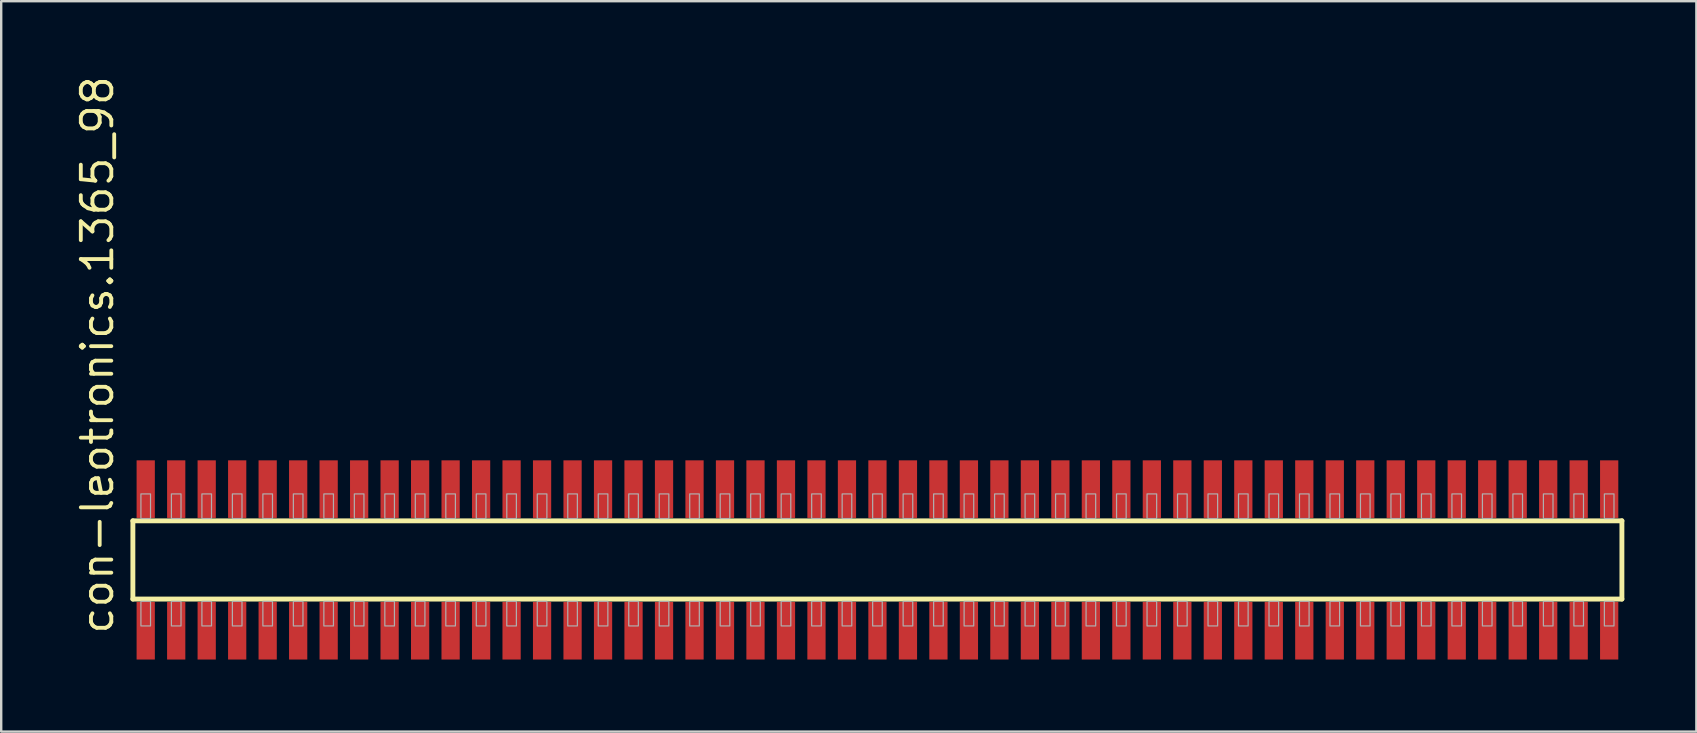
<source format=kicad_pcb>
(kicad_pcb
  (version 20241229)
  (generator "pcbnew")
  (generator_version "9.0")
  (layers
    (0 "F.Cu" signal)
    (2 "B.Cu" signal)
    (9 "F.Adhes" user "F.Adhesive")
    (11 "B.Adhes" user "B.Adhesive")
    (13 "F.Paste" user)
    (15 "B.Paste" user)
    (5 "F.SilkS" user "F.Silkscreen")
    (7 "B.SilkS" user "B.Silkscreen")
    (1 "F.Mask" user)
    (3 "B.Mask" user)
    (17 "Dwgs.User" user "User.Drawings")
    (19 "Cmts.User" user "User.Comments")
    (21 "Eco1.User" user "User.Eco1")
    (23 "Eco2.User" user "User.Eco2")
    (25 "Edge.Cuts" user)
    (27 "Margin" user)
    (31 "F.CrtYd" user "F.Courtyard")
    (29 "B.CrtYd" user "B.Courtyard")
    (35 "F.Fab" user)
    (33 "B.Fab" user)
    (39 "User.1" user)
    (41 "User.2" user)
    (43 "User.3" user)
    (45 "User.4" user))
  (footprint "con-leotronics.1365_98"
    (layer "F.Cu")
    (at 33.5 20.274)
    (property "Reference" "con-leotronics.1365_98" (at -31.75 3.175 90) (layer "F.SilkS") (effects (font (size 1.27 1.27) (thickness 0.16)) (justify left bottom)))
    (attr smd)
    (fp_line (start -31.015 -1.63) (end 31.01 -1.63) (stroke (width 0.203) (type default)) (layer "F.SilkS"))
    (fp_line (start -31.015 1.63) (end -31.015 -1.63) (stroke (width 0.203) (type default)) (layer "F.SilkS"))
    (fp_line (start 31.01 -1.63) (end 31.01 1.63) (stroke (width 0.203) (type default)) (layer "F.SilkS"))
    (fp_line (start 31.01 1.63) (end -31.015 1.63) (stroke (width 0.203) (type default)) (layer "F.SilkS"))
    (fp_rect (start -30.68 -1.725) (end -30.28 -2.75) (stroke (width 0.05) (type default)) (fill no) (layer "F.Fab"))
    (fp_rect (start -30.68 2.75) (end -30.28 1.725) (stroke (width 0.05) (type default)) (fill no) (layer "F.Fab"))
    (fp_rect (start -29.41 -1.725) (end -29.01 -2.75) (stroke (width 0.05) (type default)) (fill no) (layer "F.Fab"))
    (fp_rect (start -29.41 2.75) (end -29.01 1.725) (stroke (width 0.05) (type default)) (fill no) (layer "F.Fab"))
    (fp_rect (start -28.14 -1.725) (end -27.74 -2.75) (stroke (width 0.05) (type default)) (fill no) (layer "F.Fab"))
    (fp_rect (start -28.14 2.75) (end -27.74 1.725) (stroke (width 0.05) (type default)) (fill no) (layer "F.Fab"))
    (fp_rect (start -26.87 -1.725) (end -26.47 -2.75) (stroke (width 0.05) (type default)) (fill no) (layer "F.Fab"))
    (fp_rect (start -26.87 2.75) (end -26.47 1.725) (stroke (width 0.05) (type default)) (fill no) (layer "F.Fab"))
    (fp_rect (start -25.6 -1.725) (end -25.2 -2.75) (stroke (width 0.05) (type default)) (fill no) (layer "F.Fab"))
    (fp_rect (start -25.6 2.75) (end -25.2 1.725) (stroke (width 0.05) (type default)) (fill no) (layer "F.Fab"))
    (fp_rect (start -24.33 -1.725) (end -23.93 -2.75) (stroke (width 0.05) (type default)) (fill no) (layer "F.Fab"))
    (fp_rect (start -24.33 2.75) (end -23.93 1.725) (stroke (width 0.05) (type default)) (fill no) (layer "F.Fab"))
    (fp_rect (start -23.06 -1.725) (end -22.66 -2.75) (stroke (width 0.05) (type default)) (fill no) (layer "F.Fab"))
    (fp_rect (start -23.06 2.75) (end -22.66 1.725) (stroke (width 0.05) (type default)) (fill no) (layer "F.Fab"))
    (fp_rect (start -21.79 -1.725) (end -21.39 -2.75) (stroke (width 0.05) (type default)) (fill no) (layer "F.Fab"))
    (fp_rect (start -21.79 2.75) (end -21.39 1.725) (stroke (width 0.05) (type default)) (fill no) (layer "F.Fab"))
    (fp_rect (start -20.52 -1.725) (end -20.12 -2.75) (stroke (width 0.05) (type default)) (fill no) (layer "F.Fab"))
    (fp_rect (start -20.52 2.75) (end -20.12 1.725) (stroke (width 0.05) (type default)) (fill no) (layer "F.Fab"))
    (fp_rect (start -19.25 -1.725) (end -18.85 -2.75) (stroke (width 0.05) (type default)) (fill no) (layer "F.Fab"))
    (fp_rect (start -19.25 2.75) (end -18.85 1.725) (stroke (width 0.05) (type default)) (fill no) (layer "F.Fab"))
    (fp_rect (start -17.98 -1.725) (end -17.58 -2.75) (stroke (width 0.05) (type default)) (fill no) (layer "F.Fab"))
    (fp_rect (start -17.98 2.75) (end -17.58 1.725) (stroke (width 0.05) (type default)) (fill no) (layer "F.Fab"))
    (fp_rect (start -16.71 -1.725) (end -16.31 -2.75) (stroke (width 0.05) (type default)) (fill no) (layer "F.Fab"))
    (fp_rect (start -16.71 2.75) (end -16.31 1.725) (stroke (width 0.05) (type default)) (fill no) (layer "F.Fab"))
    (fp_rect (start -15.44 -1.725) (end -15.04 -2.75) (stroke (width 0.05) (type default)) (fill no) (layer "F.Fab"))
    (fp_rect (start -15.44 2.75) (end -15.04 1.725) (stroke (width 0.05) (type default)) (fill no) (layer "F.Fab"))
    (fp_rect (start -14.17 -1.725) (end -13.77 -2.75) (stroke (width 0.05) (type default)) (fill no) (layer "F.Fab"))
    (fp_rect (start -14.17 2.75) (end -13.77 1.725) (stroke (width 0.05) (type default)) (fill no) (layer "F.Fab"))
    (fp_rect (start -12.9 -1.725) (end -12.5 -2.75) (stroke (width 0.05) (type default)) (fill no) (layer "F.Fab"))
    (fp_rect (start -12.9 2.75) (end -12.5 1.725) (stroke (width 0.05) (type default)) (fill no) (layer "F.Fab"))
    (fp_rect (start -11.63 -1.725) (end -11.23 -2.75) (stroke (width 0.05) (type default)) (fill no) (layer "F.Fab"))
    (fp_rect (start -11.63 2.75) (end -11.23 1.725) (stroke (width 0.05) (type default)) (fill no) (layer "F.Fab"))
    (fp_rect (start -10.36 -1.725) (end -9.96 -2.75) (stroke (width 0.05) (type default)) (fill no) (layer "F.Fab"))
    (fp_rect (start -10.36 2.75) (end -9.96 1.725) (stroke (width 0.05) (type default)) (fill no) (layer "F.Fab"))
    (fp_rect (start -9.09 -1.725) (end -8.69 -2.75) (stroke (width 0.05) (type default)) (fill no) (layer "F.Fab"))
    (fp_rect (start -9.09 2.75) (end -8.69 1.725) (stroke (width 0.05) (type default)) (fill no) (layer "F.Fab"))
    (fp_rect (start -7.82 -1.725) (end -7.42 -2.75) (stroke (width 0.05) (type default)) (fill no) (layer "F.Fab"))
    (fp_rect (start -7.82 2.75) (end -7.42 1.725) (stroke (width 0.05) (type default)) (fill no) (layer "F.Fab"))
    (fp_rect (start -6.55 -1.725) (end -6.15 -2.75) (stroke (width 0.05) (type default)) (fill no) (layer "F.Fab"))
    (fp_rect (start -6.55 2.75) (end -6.15 1.725) (stroke (width 0.05) (type default)) (fill no) (layer "F.Fab"))
    (fp_rect (start -5.28 -1.725) (end -4.88 -2.75) (stroke (width 0.05) (type default)) (fill no) (layer "F.Fab"))
    (fp_rect (start -5.28 2.75) (end -4.88 1.725) (stroke (width 0.05) (type default)) (fill no) (layer "F.Fab"))
    (fp_rect (start -4.01 -1.725) (end -3.61 -2.75) (stroke (width 0.05) (type default)) (fill no) (layer "F.Fab"))
    (fp_rect (start -4.01 2.75) (end -3.61 1.725) (stroke (width 0.05) (type default)) (fill no) (layer "F.Fab"))
    (fp_rect (start -2.74 -1.725) (end -2.34 -2.75) (stroke (width 0.05) (type default)) (fill no) (layer "F.Fab"))
    (fp_rect (start -2.74 2.75) (end -2.34 1.725) (stroke (width 0.05) (type default)) (fill no) (layer "F.Fab"))
    (fp_rect (start -1.47 -1.725) (end -1.07 -2.75) (stroke (width 0.05) (type default)) (fill no) (layer "F.Fab"))
    (fp_rect (start -1.47 2.75) (end -1.07 1.725) (stroke (width 0.05) (type default)) (fill no) (layer "F.Fab"))
    (fp_rect (start -0.2 -1.725) (end 0.2 -2.75) (stroke (width 0.05) (type default)) (fill no) (layer "F.Fab"))
    (fp_rect (start -0.2 2.75) (end 0.2 1.725) (stroke (width 0.05) (type default)) (fill no) (layer "F.Fab"))
    (fp_rect (start 1.07 -1.725) (end 1.47 -2.75) (stroke (width 0.05) (type default)) (fill no) (layer "F.Fab"))
    (fp_rect (start 1.07 2.75) (end 1.47 1.725) (stroke (width 0.05) (type default)) (fill no) (layer "F.Fab"))
    (fp_rect (start 2.34 -1.725) (end 2.74 -2.75) (stroke (width 0.05) (type default)) (fill no) (layer "F.Fab"))
    (fp_rect (start 2.34 2.75) (end 2.74 1.725) (stroke (width 0.05) (type default)) (fill no) (layer "F.Fab"))
    (fp_rect (start 3.61 -1.725) (end 4.01 -2.75) (stroke (width 0.05) (type default)) (fill no) (layer "F.Fab"))
    (fp_rect (start 3.61 2.75) (end 4.01 1.725) (stroke (width 0.05) (type default)) (fill no) (layer "F.Fab"))
    (fp_rect (start 4.88 -1.725) (end 5.28 -2.75) (stroke (width 0.05) (type default)) (fill no) (layer "F.Fab"))
    (fp_rect (start 4.88 2.75) (end 5.28 1.725) (stroke (width 0.05) (type default)) (fill no) (layer "F.Fab"))
    (fp_rect (start 6.15 -1.725) (end 6.55 -2.75) (stroke (width 0.05) (type default)) (fill no) (layer "F.Fab"))
    (fp_rect (start 6.15 2.75) (end 6.55 1.725) (stroke (width 0.05) (type default)) (fill no) (layer "F.Fab"))
    (fp_rect (start 7.42 -1.725) (end 7.82 -2.75) (stroke (width 0.05) (type default)) (fill no) (layer "F.Fab"))
    (fp_rect (start 7.42 2.75) (end 7.82 1.725) (stroke (width 0.05) (type default)) (fill no) (layer "F.Fab"))
    (fp_rect (start 8.69 -1.725) (end 9.09 -2.75) (stroke (width 0.05) (type default)) (fill no) (layer "F.Fab"))
    (fp_rect (start 8.69 2.75) (end 9.09 1.725) (stroke (width 0.05) (type default)) (fill no) (layer "F.Fab"))
    (fp_rect (start 9.96 -1.725) (end 10.36 -2.75) (stroke (width 0.05) (type default)) (fill no) (layer "F.Fab"))
    (fp_rect (start 9.96 2.75) (end 10.36 1.725) (stroke (width 0.05) (type default)) (fill no) (layer "F.Fab"))
    (fp_rect (start 11.23 -1.725) (end 11.63 -2.75) (stroke (width 0.05) (type default)) (fill no) (layer "F.Fab"))
    (fp_rect (start 11.23 2.75) (end 11.63 1.725) (stroke (width 0.05) (type default)) (fill no) (layer "F.Fab"))
    (fp_rect (start 12.5 -1.725) (end 12.9 -2.75) (stroke (width 0.05) (type default)) (fill no) (layer "F.Fab"))
    (fp_rect (start 12.5 2.75) (end 12.9 1.725) (stroke (width 0.05) (type default)) (fill no) (layer "F.Fab"))
    (fp_rect (start 13.77 -1.725) (end 14.17 -2.75) (stroke (width 0.05) (type default)) (fill no) (layer "F.Fab"))
    (fp_rect (start 13.77 2.75) (end 14.17 1.725) (stroke (width 0.05) (type default)) (fill no) (layer "F.Fab"))
    (fp_rect (start 15.04 -1.725) (end 15.44 -2.75) (stroke (width 0.05) (type default)) (fill no) (layer "F.Fab"))
    (fp_rect (start 15.04 2.75) (end 15.44 1.725) (stroke (width 0.05) (type default)) (fill no) (layer "F.Fab"))
    (fp_rect (start 16.31 -1.725) (end 16.71 -2.75) (stroke (width 0.05) (type default)) (fill no) (layer "F.Fab"))
    (fp_rect (start 16.31 2.75) (end 16.71 1.725) (stroke (width 0.05) (type default)) (fill no) (layer "F.Fab"))
    (fp_rect (start 17.58 -1.725) (end 17.98 -2.75) (stroke (width 0.05) (type default)) (fill no) (layer "F.Fab"))
    (fp_rect (start 17.58 2.75) (end 17.98 1.725) (stroke (width 0.05) (type default)) (fill no) (layer "F.Fab"))
    (fp_rect (start 18.85 -1.725) (end 19.25 -2.75) (stroke (width 0.05) (type default)) (fill no) (layer "F.Fab"))
    (fp_rect (start 18.85 2.75) (end 19.25 1.725) (stroke (width 0.05) (type default)) (fill no) (layer "F.Fab"))
    (fp_rect (start 20.12 -1.725) (end 20.52 -2.75) (stroke (width 0.05) (type default)) (fill no) (layer "F.Fab"))
    (fp_rect (start 20.12 2.75) (end 20.52 1.725) (stroke (width 0.05) (type default)) (fill no) (layer "F.Fab"))
    (fp_rect (start 21.39 -1.725) (end 21.79 -2.75) (stroke (width 0.05) (type default)) (fill no) (layer "F.Fab"))
    (fp_rect (start 21.39 2.75) (end 21.79 1.725) (stroke (width 0.05) (type default)) (fill no) (layer "F.Fab"))
    (fp_rect (start 22.66 -1.725) (end 23.06 -2.75) (stroke (width 0.05) (type default)) (fill no) (layer "F.Fab"))
    (fp_rect (start 22.66 2.75) (end 23.06 1.725) (stroke (width 0.05) (type default)) (fill no) (layer "F.Fab"))
    (fp_rect (start 23.93 -1.725) (end 24.33 -2.75) (stroke (width 0.05) (type default)) (fill no) (layer "F.Fab"))
    (fp_rect (start 23.93 2.75) (end 24.33 1.725) (stroke (width 0.05) (type default)) (fill no) (layer "F.Fab"))
    (fp_rect (start 25.2 -1.725) (end 25.6 -2.75) (stroke (width 0.05) (type default)) (fill no) (layer "F.Fab"))
    (fp_rect (start 25.2 2.75) (end 25.6 1.725) (stroke (width 0.05) (type default)) (fill no) (layer "F.Fab"))
    (fp_rect (start 26.47 -1.725) (end 26.87 -2.75) (stroke (width 0.05) (type default)) (fill no) (layer "F.Fab"))
    (fp_rect (start 26.47 2.75) (end 26.87 1.725) (stroke (width 0.05) (type default)) (fill no) (layer "F.Fab"))
    (fp_rect (start 27.74 -1.725) (end 28.14 -2.75) (stroke (width 0.05) (type default)) (fill no) (layer "F.Fab"))
    (fp_rect (start 27.74 2.75) (end 28.14 1.725) (stroke (width 0.05) (type default)) (fill no) (layer "F.Fab"))
    (fp_rect (start 29.01 -1.725) (end 29.41 -2.75) (stroke (width 0.05) (type default)) (fill no) (layer "F.Fab"))
    (fp_rect (start 29.01 2.75) (end 29.41 1.725) (stroke (width 0.05) (type default)) (fill no) (layer "F.Fab"))
    (fp_rect (start 30.28 -1.725) (end 30.68 -2.75) (stroke (width 0.05) (type default)) (fill no) (layer "F.Fab"))
    (fp_rect (start 30.28 2.75) (end 30.68 1.725) (stroke (width 0.05) (type default)) (fill no) (layer "F.Fab"))
    (pad "1" smd roundrect (at -30.48 2.95) (size 0.76 2.4) (layers "F.Cu" "F.Mask" "F.Paste") (roundrect_rratio 0.01))
    (pad "2" smd roundrect (at -30.48 -2.95) (size 0.76 2.4) (layers "F.Cu" "F.Mask" "F.Paste") (roundrect_rratio 0.01))
    (pad "3" smd roundrect (at -29.21 2.95) (size 0.76 2.4) (layers "F.Cu" "F.Mask" "F.Paste") (roundrect_rratio 0.01))
    (pad "4" smd roundrect (at -29.21 -2.95) (size 0.76 2.4) (layers "F.Cu" "F.Mask" "F.Paste") (roundrect_rratio 0.01))
    (pad "5" smd roundrect (at -27.94 2.95) (size 0.76 2.4) (layers "F.Cu" "F.Mask" "F.Paste") (roundrect_rratio 0.01))
    (pad "6" smd roundrect (at -27.94 -2.95) (size 0.76 2.4) (layers "F.Cu" "F.Mask" "F.Paste") (roundrect_rratio 0.01))
    (pad "7" smd roundrect (at -26.67 2.95) (size 0.76 2.4) (layers "F.Cu" "F.Mask" "F.Paste") (roundrect_rratio 0.01))
    (pad "8" smd roundrect (at -26.67 -2.95) (size 0.76 2.4) (layers "F.Cu" "F.Mask" "F.Paste") (roundrect_rratio 0.01))
    (pad "9" smd roundrect (at -25.4 2.95) (size 0.76 2.4) (layers "F.Cu" "F.Mask" "F.Paste") (roundrect_rratio 0.01))
    (pad "10" smd roundrect (at -25.4 -2.95) (size 0.76 2.4) (layers "F.Cu" "F.Mask" "F.Paste") (roundrect_rratio 0.01))
    (pad "11" smd roundrect (at -24.13 2.95) (size 0.76 2.4) (layers "F.Cu" "F.Mask" "F.Paste") (roundrect_rratio 0.01))
    (pad "12" smd roundrect (at -24.13 -2.95) (size 0.76 2.4) (layers "F.Cu" "F.Mask" "F.Paste") (roundrect_rratio 0.01))
    (pad "13" smd roundrect (at -22.86 2.95) (size 0.76 2.4) (layers "F.Cu" "F.Mask" "F.Paste") (roundrect_rratio 0.01))
    (pad "14" smd roundrect (at -22.86 -2.95) (size 0.76 2.4) (layers "F.Cu" "F.Mask" "F.Paste") (roundrect_rratio 0.01))
    (pad "15" smd roundrect (at -21.59 2.95) (size 0.76 2.4) (layers "F.Cu" "F.Mask" "F.Paste") (roundrect_rratio 0.01))
    (pad "16" smd roundrect (at -21.59 -2.95) (size 0.76 2.4) (layers "F.Cu" "F.Mask" "F.Paste") (roundrect_rratio 0.01))
    (pad "17" smd roundrect (at -20.32 2.95) (size 0.76 2.4) (layers "F.Cu" "F.Mask" "F.Paste") (roundrect_rratio 0.01))
    (pad "18" smd roundrect (at -20.32 -2.95) (size 0.76 2.4) (layers "F.Cu" "F.Mask" "F.Paste") (roundrect_rratio 0.01))
    (pad "19" smd roundrect (at -19.05 2.95) (size 0.76 2.4) (layers "F.Cu" "F.Mask" "F.Paste") (roundrect_rratio 0.01))
    (pad "20" smd roundrect (at -19.05 -2.95) (size 0.76 2.4) (layers "F.Cu" "F.Mask" "F.Paste") (roundrect_rratio 0.01))
    (pad "21" smd roundrect (at -17.78 2.95) (size 0.76 2.4) (layers "F.Cu" "F.Mask" "F.Paste") (roundrect_rratio 0.01))
    (pad "22" smd roundrect (at -17.78 -2.95) (size 0.76 2.4) (layers "F.Cu" "F.Mask" "F.Paste") (roundrect_rratio 0.01))
    (pad "23" smd roundrect (at -16.51 2.95) (size 0.76 2.4) (layers "F.Cu" "F.Mask" "F.Paste") (roundrect_rratio 0.01))
    (pad "24" smd roundrect (at -16.51 -2.95) (size 0.76 2.4) (layers "F.Cu" "F.Mask" "F.Paste") (roundrect_rratio 0.01))
    (pad "25" smd roundrect (at -15.24 2.95) (size 0.76 2.4) (layers "F.Cu" "F.Mask" "F.Paste") (roundrect_rratio 0.01))
    (pad "26" smd roundrect (at -15.24 -2.95) (size 0.76 2.4) (layers "F.Cu" "F.Mask" "F.Paste") (roundrect_rratio 0.01))
    (pad "27" smd roundrect (at -13.97 2.95) (size 0.76 2.4) (layers "F.Cu" "F.Mask" "F.Paste") (roundrect_rratio 0.01))
    (pad "28" smd roundrect (at -13.97 -2.95) (size 0.76 2.4) (layers "F.Cu" "F.Mask" "F.Paste") (roundrect_rratio 0.01))
    (pad "29" smd roundrect (at -12.7 2.95) (size 0.76 2.4) (layers "F.Cu" "F.Mask" "F.Paste") (roundrect_rratio 0.01))
    (pad "30" smd roundrect (at -12.7 -2.95) (size 0.76 2.4) (layers "F.Cu" "F.Mask" "F.Paste") (roundrect_rratio 0.01))
    (pad "31" smd roundrect (at -11.43 2.95) (size 0.76 2.4) (layers "F.Cu" "F.Mask" "F.Paste") (roundrect_rratio 0.01))
    (pad "32" smd roundrect (at -11.43 -2.95) (size 0.76 2.4) (layers "F.Cu" "F.Mask" "F.Paste") (roundrect_rratio 0.01))
    (pad "33" smd roundrect (at -10.16 2.95) (size 0.76 2.4) (layers "F.Cu" "F.Mask" "F.Paste") (roundrect_rratio 0.01))
    (pad "34" smd roundrect (at -10.16 -2.95) (size 0.76 2.4) (layers "F.Cu" "F.Mask" "F.Paste") (roundrect_rratio 0.01))
    (pad "35" smd roundrect (at -8.89 2.95) (size 0.76 2.4) (layers "F.Cu" "F.Mask" "F.Paste") (roundrect_rratio 0.01))
    (pad "36" smd roundrect (at -8.89 -2.95) (size 0.76 2.4) (layers "F.Cu" "F.Mask" "F.Paste") (roundrect_rratio 0.01))
    (pad "37" smd roundrect (at -7.62 2.95) (size 0.76 2.4) (layers "F.Cu" "F.Mask" "F.Paste") (roundrect_rratio 0.01))
    (pad "38" smd roundrect (at -7.62 -2.95) (size 0.76 2.4) (layers "F.Cu" "F.Mask" "F.Paste") (roundrect_rratio 0.01))
    (pad "39" smd roundrect (at -6.35 2.95) (size 0.76 2.4) (layers "F.Cu" "F.Mask" "F.Paste") (roundrect_rratio 0.01))
    (pad "40" smd roundrect (at -6.35 -2.95) (size 0.76 2.4) (layers "F.Cu" "F.Mask" "F.Paste") (roundrect_rratio 0.01))
    (pad "41" smd roundrect (at -5.08 2.95) (size 0.76 2.4) (layers "F.Cu" "F.Mask" "F.Paste") (roundrect_rratio 0.01))
    (pad "42" smd roundrect (at -5.08 -2.95) (size 0.76 2.4) (layers "F.Cu" "F.Mask" "F.Paste") (roundrect_rratio 0.01))
    (pad "43" smd roundrect (at -3.81 2.95) (size 0.76 2.4) (layers "F.Cu" "F.Mask" "F.Paste") (roundrect_rratio 0.01))
    (pad "44" smd roundrect (at -3.81 -2.95) (size 0.76 2.4) (layers "F.Cu" "F.Mask" "F.Paste") (roundrect_rratio 0.01))
    (pad "45" smd roundrect (at -2.54 2.95) (size 0.76 2.4) (layers "F.Cu" "F.Mask" "F.Paste") (roundrect_rratio 0.01))
    (pad "46" smd roundrect (at -2.54 -2.95) (size 0.76 2.4) (layers "F.Cu" "F.Mask" "F.Paste") (roundrect_rratio 0.01))
    (pad "47" smd roundrect (at -1.27 2.95) (size 0.76 2.4) (layers "F.Cu" "F.Mask" "F.Paste") (roundrect_rratio 0.01))
    (pad "48" smd roundrect (at -1.27 -2.95) (size 0.76 2.4) (layers "F.Cu" "F.Mask" "F.Paste") (roundrect_rratio 0.01))
    (pad "49" smd roundrect (at 0 2.95) (size 0.76 2.4) (layers "F.Cu" "F.Mask" "F.Paste") (roundrect_rratio 0.01))
    (pad "50" smd roundrect (at 0 -2.95) (size 0.76 2.4) (layers "F.Cu" "F.Mask" "F.Paste") (roundrect_rratio 0.01))
    (pad "51" smd roundrect (at 1.27 2.95) (size 0.76 2.4) (layers "F.Cu" "F.Mask" "F.Paste") (roundrect_rratio 0.01))
    (pad "52" smd roundrect (at 1.27 -2.95) (size 0.76 2.4) (layers "F.Cu" "F.Mask" "F.Paste") (roundrect_rratio 0.01))
    (pad "53" smd roundrect (at 2.54 2.95) (size 0.76 2.4) (layers "F.Cu" "F.Mask" "F.Paste") (roundrect_rratio 0.01))
    (pad "54" smd roundrect (at 2.54 -2.95) (size 0.76 2.4) (layers "F.Cu" "F.Mask" "F.Paste") (roundrect_rratio 0.01))
    (pad "55" smd roundrect (at 3.81 2.95) (size 0.76 2.4) (layers "F.Cu" "F.Mask" "F.Paste") (roundrect_rratio 0.01))
    (pad "56" smd roundrect (at 3.81 -2.95) (size 0.76 2.4) (layers "F.Cu" "F.Mask" "F.Paste") (roundrect_rratio 0.01))
    (pad "57" smd roundrect (at 5.08 2.95) (size 0.76 2.4) (layers "F.Cu" "F.Mask" "F.Paste") (roundrect_rratio 0.01))
    (pad "58" smd roundrect (at 5.08 -2.95) (size 0.76 2.4) (layers "F.Cu" "F.Mask" "F.Paste") (roundrect_rratio 0.01))
    (pad "59" smd roundrect (at 6.35 2.95) (size 0.76 2.4) (layers "F.Cu" "F.Mask" "F.Paste") (roundrect_rratio 0.01))
    (pad "60" smd roundrect (at 6.35 -2.95) (size 0.76 2.4) (layers "F.Cu" "F.Mask" "F.Paste") (roundrect_rratio 0.01))
    (pad "61" smd roundrect (at 7.62 2.95) (size 0.76 2.4) (layers "F.Cu" "F.Mask" "F.Paste") (roundrect_rratio 0.01))
    (pad "62" smd roundrect (at 7.62 -2.95) (size 0.76 2.4) (layers "F.Cu" "F.Mask" "F.Paste") (roundrect_rratio 0.01))
    (pad "63" smd roundrect (at 8.89 2.95) (size 0.76 2.4) (layers "F.Cu" "F.Mask" "F.Paste") (roundrect_rratio 0.01))
    (pad "64" smd roundrect (at 8.89 -2.95) (size 0.76 2.4) (layers "F.Cu" "F.Mask" "F.Paste") (roundrect_rratio 0.01))
    (pad "65" smd roundrect (at 10.16 2.95) (size 0.76 2.4) (layers "F.Cu" "F.Mask" "F.Paste") (roundrect_rratio 0.01))
    (pad "66" smd roundrect (at 10.16 -2.95) (size 0.76 2.4) (layers "F.Cu" "F.Mask" "F.Paste") (roundrect_rratio 0.01))
    (pad "67" smd roundrect (at 11.43 2.95) (size 0.76 2.4) (layers "F.Cu" "F.Mask" "F.Paste") (roundrect_rratio 0.01))
    (pad "68" smd roundrect (at 11.43 -2.95) (size 0.76 2.4) (layers "F.Cu" "F.Mask" "F.Paste") (roundrect_rratio 0.01))
    (pad "69" smd roundrect (at 12.7 2.95) (size 0.76 2.4) (layers "F.Cu" "F.Mask" "F.Paste") (roundrect_rratio 0.01))
    (pad "70" smd roundrect (at 12.7 -2.95) (size 0.76 2.4) (layers "F.Cu" "F.Mask" "F.Paste") (roundrect_rratio 0.01))
    (pad "71" smd roundrect (at 13.97 2.95) (size 0.76 2.4) (layers "F.Cu" "F.Mask" "F.Paste") (roundrect_rratio 0.01))
    (pad "72" smd roundrect (at 13.97 -2.95) (size 0.76 2.4) (layers "F.Cu" "F.Mask" "F.Paste") (roundrect_rratio 0.01))
    (pad "73" smd roundrect (at 15.24 2.95) (size 0.76 2.4) (layers "F.Cu" "F.Mask" "F.Paste") (roundrect_rratio 0.01))
    (pad "74" smd roundrect (at 15.24 -2.95) (size 0.76 2.4) (layers "F.Cu" "F.Mask" "F.Paste") (roundrect_rratio 0.01))
    (pad "75" smd roundrect (at 16.51 2.95) (size 0.76 2.4) (layers "F.Cu" "F.Mask" "F.Paste") (roundrect_rratio 0.01))
    (pad "76" smd roundrect (at 16.51 -2.95) (size 0.76 2.4) (layers "F.Cu" "F.Mask" "F.Paste") (roundrect_rratio 0.01))
    (pad "77" smd roundrect (at 17.78 2.95) (size 0.76 2.4) (layers "F.Cu" "F.Mask" "F.Paste") (roundrect_rratio 0.01))
    (pad "78" smd roundrect (at 17.78 -2.95) (size 0.76 2.4) (layers "F.Cu" "F.Mask" "F.Paste") (roundrect_rratio 0.01))
    (pad "79" smd roundrect (at 19.05 2.95) (size 0.76 2.4) (layers "F.Cu" "F.Mask" "F.Paste") (roundrect_rratio 0.01))
    (pad "80" smd roundrect (at 19.05 -2.95) (size 0.76 2.4) (layers "F.Cu" "F.Mask" "F.Paste") (roundrect_rratio 0.01))
    (pad "81" smd roundrect (at 20.32 2.95) (size 0.76 2.4) (layers "F.Cu" "F.Mask" "F.Paste") (roundrect_rratio 0.01))
    (pad "82" smd roundrect (at 20.32 -2.95) (size 0.76 2.4) (layers "F.Cu" "F.Mask" "F.Paste") (roundrect_rratio 0.01))
    (pad "83" smd roundrect (at 21.59 2.95) (size 0.76 2.4) (layers "F.Cu" "F.Mask" "F.Paste") (roundrect_rratio 0.01))
    (pad "84" smd roundrect (at 21.59 -2.95) (size 0.76 2.4) (layers "F.Cu" "F.Mask" "F.Paste") (roundrect_rratio 0.01))
    (pad "85" smd roundrect (at 22.86 2.95) (size 0.76 2.4) (layers "F.Cu" "F.Mask" "F.Paste") (roundrect_rratio 0.01))
    (pad "86" smd roundrect (at 22.86 -2.95) (size 0.76 2.4) (layers "F.Cu" "F.Mask" "F.Paste") (roundrect_rratio 0.01))
    (pad "87" smd roundrect (at 24.13 2.95) (size 0.76 2.4) (layers "F.Cu" "F.Mask" "F.Paste") (roundrect_rratio 0.01))
    (pad "88" smd roundrect (at 24.13 -2.95) (size 0.76 2.4) (layers "F.Cu" "F.Mask" "F.Paste") (roundrect_rratio 0.01))
    (pad "89" smd roundrect (at 25.4 2.95) (size 0.76 2.4) (layers "F.Cu" "F.Mask" "F.Paste") (roundrect_rratio 0.01))
    (pad "90" smd roundrect (at 25.4 -2.95) (size 0.76 2.4) (layers "F.Cu" "F.Mask" "F.Paste") (roundrect_rratio 0.01))
    (pad "91" smd roundrect (at 26.67 2.95) (size 0.76 2.4) (layers "F.Cu" "F.Mask" "F.Paste") (roundrect_rratio 0.01))
    (pad "92" smd roundrect (at 26.67 -2.95) (size 0.76 2.4) (layers "F.Cu" "F.Mask" "F.Paste") (roundrect_rratio 0.01))
    (pad "93" smd roundrect (at 27.94 2.95) (size 0.76 2.4) (layers "F.Cu" "F.Mask" "F.Paste") (roundrect_rratio 0.01))
    (pad "94" smd roundrect (at 27.94 -2.95) (size 0.76 2.4) (layers "F.Cu" "F.Mask" "F.Paste") (roundrect_rratio 0.01))
    (pad "95" smd roundrect (at 29.21 2.95) (size 0.76 2.4) (layers "F.Cu" "F.Mask" "F.Paste") (roundrect_rratio 0.01))
    (pad "96" smd roundrect (at 29.21 -2.95) (size 0.76 2.4) (layers "F.Cu" "F.Mask" "F.Paste") (roundrect_rratio 0.01))
    (pad "97" smd roundrect (at 30.48 2.95) (size 0.76 2.4) (layers "F.Cu" "F.Mask" "F.Paste") (roundrect_rratio 0.01))
    (pad "98" smd roundrect (at 30.48 -2.95) (size 0.76 2.4) (layers "F.Cu" "F.Mask" "F.Paste") (roundrect_rratio 0.01)))
  (gr_rect
    (start -3 -3)
    (end 67.612 27.424)
    (stroke (width 0.1) (type default))
    (fill no)
    (layer "Edge.Cuts")))
</source>
